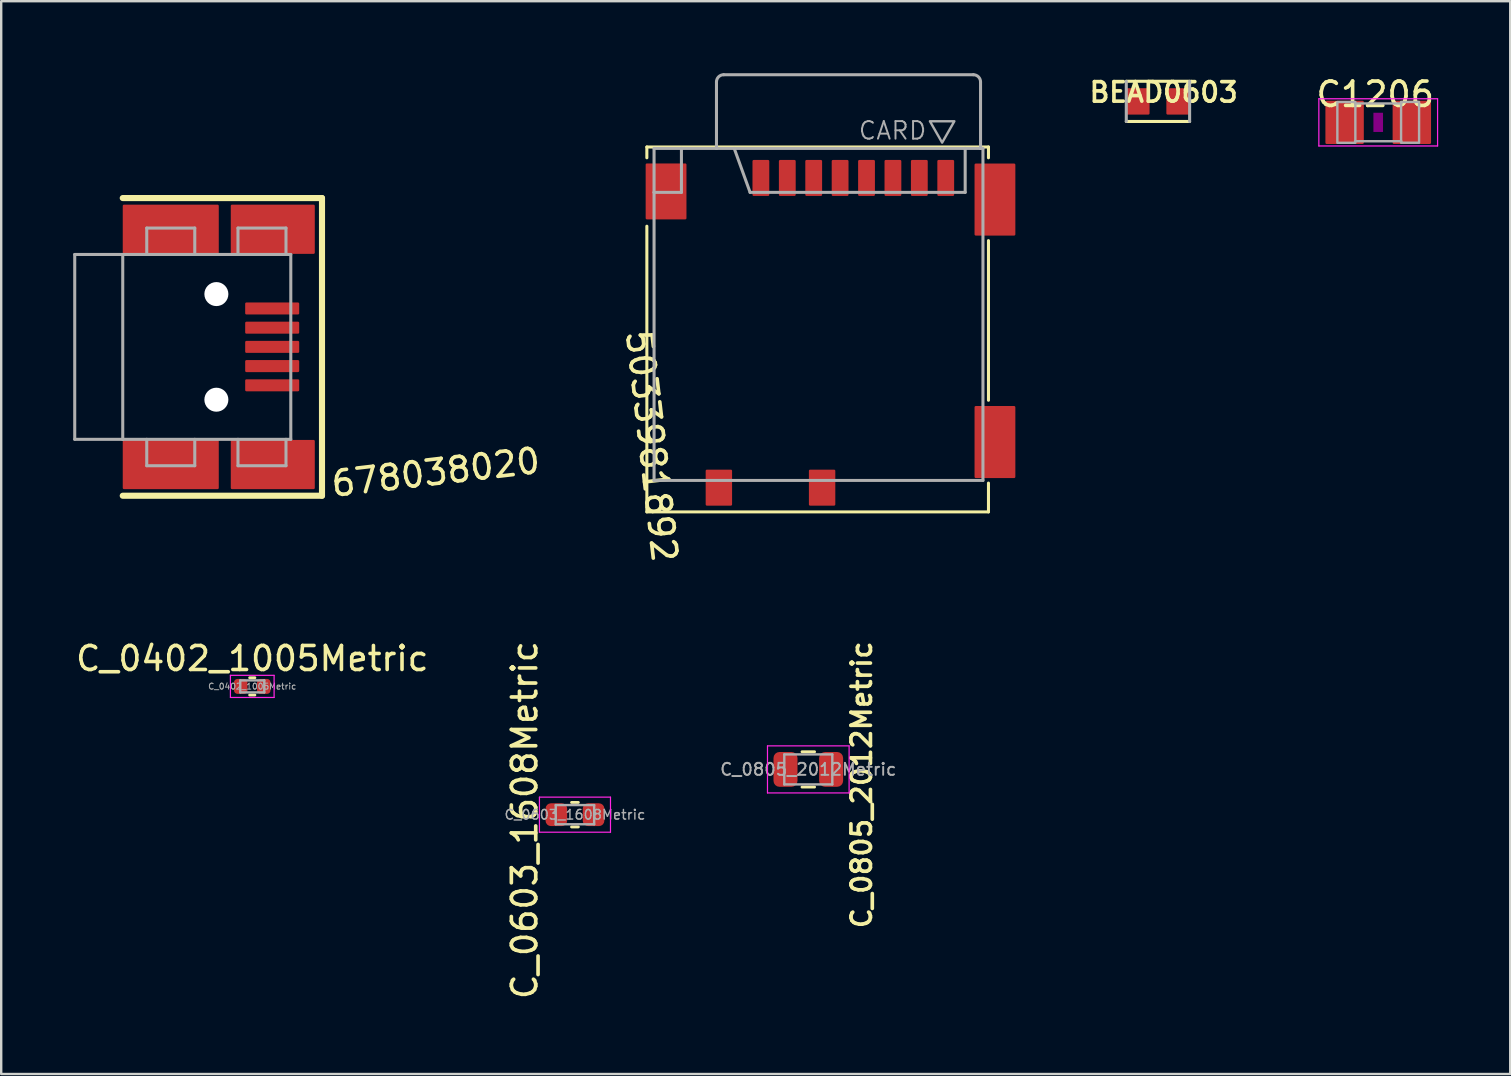
<source format=kicad_pcb>
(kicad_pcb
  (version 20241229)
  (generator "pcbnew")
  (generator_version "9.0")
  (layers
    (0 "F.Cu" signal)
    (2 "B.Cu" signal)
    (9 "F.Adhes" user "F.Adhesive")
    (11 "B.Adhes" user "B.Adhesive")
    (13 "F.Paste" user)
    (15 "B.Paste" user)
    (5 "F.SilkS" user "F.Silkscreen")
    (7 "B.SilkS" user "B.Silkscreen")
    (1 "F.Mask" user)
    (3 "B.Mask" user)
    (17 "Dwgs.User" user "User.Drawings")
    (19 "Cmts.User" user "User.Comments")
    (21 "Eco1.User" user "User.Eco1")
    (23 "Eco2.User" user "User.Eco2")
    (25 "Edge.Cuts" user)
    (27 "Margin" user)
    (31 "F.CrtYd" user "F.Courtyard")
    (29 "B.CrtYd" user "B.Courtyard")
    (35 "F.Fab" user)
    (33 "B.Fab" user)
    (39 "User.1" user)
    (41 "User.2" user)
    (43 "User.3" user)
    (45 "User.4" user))
  (footprint "C_0402_1005Metric"
    (layer "F.Cu")
    (at 7.458 25.542)
    (property "Reference" "C_0402_1005Metric" (at 0 -1.16 0) (layer "F.SilkS") (effects (font (size 1 1) (thickness 0.15))))
    (attr smd)
    (fp_line (start -0.108 -0.36) (end 0.108 -0.36) (stroke (width 0.12) (type solid)) (layer "F.SilkS"))
    (fp_line (start -0.108 0.36) (end 0.108 0.36) (stroke (width 0.12) (type solid)) (layer "F.SilkS"))
    (fp_line (start -0.91 -0.46) (end 0.91 -0.46) (stroke (width 0.05) (type solid)) (layer "F.CrtYd"))
    (fp_line (start -0.91 0.46) (end -0.91 -0.46) (stroke (width 0.05) (type solid)) (layer "F.CrtYd"))
    (fp_line (start 0.91 -0.46) (end 0.91 0.46) (stroke (width 0.05) (type solid)) (layer "F.CrtYd"))
    (fp_line (start 0.91 0.46) (end -0.91 0.46) (stroke (width 0.05) (type solid)) (layer "F.CrtYd"))
    (fp_line (start -0.5 -0.25) (end 0.5 -0.25) (stroke (width 0.1) (type solid)) (layer "F.Fab"))
    (fp_line (start -0.5 0.25) (end -0.5 -0.25) (stroke (width 0.1) (type solid)) (layer "F.Fab"))
    (fp_line (start 0.5 -0.25) (end 0.5 0.25) (stroke (width 0.1) (type solid)) (layer "F.Fab"))
    (fp_line (start 0.5 0.25) (end -0.5 0.25) (stroke (width 0.1) (type solid)) (layer "F.Fab"))
    (fp_text user "${REFERENCE}" (at 0 0 0) (layer "F.Fab") (effects (font (size 0.25 0.25) (thickness 0.04))))
    (pad "1" smd roundrect (at -0.48 0) (size 0.56 0.62) (layers "F.Cu" "F.Mask" "F.Paste") (roundrect_rratio 0.25))
    (pad "2" smd roundrect (at 0.48 0) (size 0.56 0.62) (layers "F.Cu" "F.Mask" "F.Paste") (roundrect_rratio 0.25)))
  (footprint "C_0603_1608Metric"
    (layer "F.Cu")
    (at 20.9 30.886)
    (property "Reference" "C_0603_1608Metric" (at -2.096 0.225 90) (layer "F.SilkS") (effects (font (size 1.016 1.016) (thickness 0.152))))
    (attr smd)
    (fp_line (start -0.141 -0.51) (end 0.141 -0.51) (stroke (width 0.12) (type solid)) (layer "F.SilkS"))
    (fp_line (start -0.141 0.51) (end 0.141 0.51) (stroke (width 0.12) (type solid)) (layer "F.SilkS"))
    (fp_line (start -1.48 -0.73) (end 1.48 -0.73) (stroke (width 0.05) (type solid)) (layer "F.CrtYd"))
    (fp_line (start -1.48 0.73) (end -1.48 -0.73) (stroke (width 0.05) (type solid)) (layer "F.CrtYd"))
    (fp_line (start 1.48 -0.73) (end 1.48 0.73) (stroke (width 0.05) (type solid)) (layer "F.CrtYd"))
    (fp_line (start 1.48 0.73) (end -1.48 0.73) (stroke (width 0.05) (type solid)) (layer "F.CrtYd"))
    (fp_line (start -0.8 -0.4) (end 0.8 -0.4) (stroke (width 0.1) (type solid)) (layer "F.Fab"))
    (fp_line (start -0.8 0.4) (end -0.8 -0.4) (stroke (width 0.1) (type solid)) (layer "F.Fab"))
    (fp_line (start 0.8 -0.4) (end 0.8 0.4) (stroke (width 0.1) (type solid)) (layer "F.Fab"))
    (fp_line (start 0.8 0.4) (end -0.8 0.4) (stroke (width 0.1) (type solid)) (layer "F.Fab"))
    (fp_text user "${REFERENCE}" (at 0 0 0) (layer "F.Fab") (effects (font (size 0.4 0.4) (thickness 0.06))))
    (pad "1" smd roundrect (at -0.775 0) (size 0.9 0.95) (layers "F.Cu" "F.Mask" "F.Paste") (roundrect_rratio 0.25))
    (pad "2" smd roundrect (at 0.775 0) (size 0.9 0.95) (layers "F.Cu" "F.Mask" "F.Paste") (roundrect_rratio 0.25)))
  (footprint "C_0805_2012Metric"
    (layer "F.Cu")
    (at 30.62 29)
    (property "Reference" "C_0805_2012Metric" (at 2.22 0.641 270) (layer "F.SilkS") (effects (font (size 0.813 0.813) (thickness 0.152) (bold yes))))
    (attr smd)
    (fp_line (start -0.261 -0.735) (end 0.261 -0.735) (stroke (width 0.12) (type solid)) (layer "F.SilkS"))
    (fp_line (start -0.261 0.735) (end 0.261 0.735) (stroke (width 0.12) (type solid)) (layer "F.SilkS"))
    (fp_line (start -1.7 -0.98) (end 1.7 -0.98) (stroke (width 0.05) (type solid)) (layer "F.CrtYd"))
    (fp_line (start -1.7 0.98) (end -1.7 -0.98) (stroke (width 0.05) (type solid)) (layer "F.CrtYd"))
    (fp_line (start 1.7 -0.98) (end 1.7 0.98) (stroke (width 0.05) (type solid)) (layer "F.CrtYd"))
    (fp_line (start 1.7 0.98) (end -1.7 0.98) (stroke (width 0.05) (type solid)) (layer "F.CrtYd"))
    (fp_line (start -1 -0.625) (end 1 -0.625) (stroke (width 0.1) (type solid)) (layer "F.Fab"))
    (fp_line (start -1 0.625) (end -1 -0.625) (stroke (width 0.1) (type solid)) (layer "F.Fab"))
    (fp_line (start 1 -0.625) (end 1 0.625) (stroke (width 0.1) (type solid)) (layer "F.Fab"))
    (fp_line (start 1 0.625) (end -1 0.625) (stroke (width 0.1) (type solid)) (layer "F.Fab"))
    (fp_text user "${REFERENCE}" (at 0 0 180) (layer "F.Fab") (effects (font (size 0.5 0.5) (thickness 0.08))))
    (pad "1" smd roundrect (at -0.95 0) (size 1 1.45) (layers "F.Cu" "F.Mask" "F.Paste") (roundrect_rratio 0.25))
    (pad "2" smd roundrect (at 0.95 0) (size 1 1.45) (layers "F.Cu" "F.Mask" "F.Paste") (roundrect_rratio 0.25)))
  (footprint "678038020"
    (layer "F.Cu")
    (at 2.063 11.4)
    (property "Reference" "678038020" (at 8.68 6.328 6.6) (layer "F.SilkS") (effects (font (size 1.016 1.016) (thickness 0.152)) (justify left bottom)))
    (attr smd)
    (fp_line (start 0 -6.2) (end 8.3 -6.2) (stroke (width 0.254) (type solid)) (layer "F.SilkS"))
    (fp_line (start 8.3 -6.2) (end 8.3 6.2) (stroke (width 0.254) (type solid)) (layer "F.SilkS"))
    (fp_line (start 8.3 6.2) (end 0 6.2) (stroke (width 0.254) (type solid)) (layer "F.SilkS"))
    (fp_line (start -2 -3.85) (end 0 -3.85) (stroke (width 0.127) (type solid)) (layer "F.Fab"))
    (fp_line (start -2 3.85) (end -2 -3.85) (stroke (width 0.127) (type solid)) (layer "F.Fab"))
    (fp_line (start -2 3.85) (end 0 3.85) (stroke (width 0.127) (type solid)) (layer "F.Fab"))
    (fp_line (start 0 -3.85) (end 1 -3.85) (stroke (width 0.127) (type solid)) (layer "F.Fab"))
    (fp_line (start 0 3.85) (end 0 -3.85) (stroke (width 0.127) (type solid)) (layer "F.Fab"))
    (fp_line (start 0 3.85) (end 7 3.85) (stroke (width 0.127) (type solid)) (layer "F.Fab"))
    (fp_line (start 1 -4.95) (end 3 -4.95) (stroke (width 0.127) (type solid)) (layer "F.Fab"))
    (fp_line (start 1 -3.85) (end 1 -4.95) (stroke (width 0.127) (type solid)) (layer "F.Fab"))
    (fp_line (start 1 -3.85) (end 3 -3.85) (stroke (width 0.127) (type solid)) (layer "F.Fab"))
    (fp_line (start 1 3.85) (end 1 4.95) (stroke (width 0.127) (type solid)) (layer "F.Fab"))
    (fp_line (start 3 -3.85) (end 3 -4.95) (stroke (width 0.127) (type solid)) (layer "F.Fab"))
    (fp_line (start 3 -3.85) (end 7 -3.85) (stroke (width 0.127) (type solid)) (layer "F.Fab"))
    (fp_line (start 3 3.85) (end 3 4.95) (stroke (width 0.127) (type solid)) (layer "F.Fab"))
    (fp_line (start 3 4.95) (end 1 4.95) (stroke (width 0.127) (type solid)) (layer "F.Fab"))
    (fp_line (start 4.8 -4.95) (end 6.8 -4.95) (stroke (width 0.127) (type solid)) (layer "F.Fab"))
    (fp_line (start 4.8 -3.85) (end 4.8 -4.95) (stroke (width 0.127) (type solid)) (layer "F.Fab"))
    (fp_line (start 4.8 3.85) (end 4.8 4.95) (stroke (width 0.127) (type solid)) (layer "F.Fab"))
    (fp_line (start 6.8 -3.85) (end 6.8 -4.95) (stroke (width 0.127) (type solid)) (layer "F.Fab"))
    (fp_line (start 6.8 3.85) (end 6.8 4.95) (stroke (width 0.127) (type solid)) (layer "F.Fab"))
    (fp_line (start 6.8 4.95) (end 4.8 4.95) (stroke (width 0.127) (type solid)) (layer "F.Fab"))
    (fp_line (start 7 3.85) (end 7 -3.85) (stroke (width 0.127) (type solid)) (layer "F.Fab"))
    (pad "" np_thru_hole circle (at 3.9 -2.2) (size 1 1) (drill 1) (layers "*.Cu" "*.Mask"))
    (pad "" np_thru_hole circle (at 3.9 2.2) (size 1 1) (drill 1) (layers "*.Cu" "*.Mask"))
    (pad "1" smd roundrect (at 6.225 -1.6) (size 2.25 0.5) (layers "F.Cu" "F.Mask" "F.Paste") (roundrect_rratio 0.102))
    (pad "2" smd roundrect (at 6.225 -0.8) (size 2.25 0.5) (layers "F.Cu" "F.Mask" "F.Paste") (roundrect_rratio 0.102))
    (pad "3" smd roundrect (at 6.225 0) (size 2.25 0.5) (layers "F.Cu" "F.Mask" "F.Paste") (roundrect_rratio 0.102))
    (pad "4" smd roundrect (at 6.225 0.8) (size 2.25 0.5) (layers "F.Cu" "F.Mask" "F.Paste") (roundrect_rratio 0.102))
    (pad "5" smd roundrect (at 6.225 1.6) (size 2.25 0.5) (layers "F.Cu" "F.Mask" "F.Paste") (roundrect_rratio 0.102))
    (pad "SH1" smd roundrect (at 2 4.9) (size 4 2.05) (layers "F.Cu" "F.Mask" "F.Paste") (roundrect_rratio 0.025))
    (pad "SH1" smd roundrect (at 6.25 4.9) (size 3.5 2.05) (layers "F.Cu" "F.Mask" "F.Paste") (roundrect_rratio 0.025))
    (pad "SH2" smd roundrect (at 2 -4.9) (size 4 2.05) (layers "F.Cu" "F.Mask" "F.Paste") (roundrect_rratio 0.025))
    (pad "SH2" smd roundrect (at 6.25 -4.9) (size 3.5 2.05) (layers "F.Cu" "F.Mask" "F.Paste") (roundrect_rratio 0.025))
    (zone (net_name "") (layer "F.Cu") (hatch edge 0.5) (connect_pads) (min_thickness 0.25) (filled_areas_thickness no) (keepout (tracks not_allowed) (vias not_allowed) (pads not_allowed) (copperpour not_allowed) (footprints allowed)) (placement (enabled no)) (fill) (polygon (pts (xy 3.122 6.2) (xy 4.322 6.2) (xy 4.322 0) (xy 3.122 0)))))
  (footprint "BEAD0603"
    (layer "F.Cu")
    (at 45.185 1.173)
    (property "Reference" "BEAD0603" (at -2.94 0.097 0) (layer "F.SilkS") (effects (font (size 0.813 0.813) (thickness 0.152)) (justify left bottom)))
    (attr smd)
    (fp_line (start -1.319 0.837) (end 1.319 0.837) (stroke (width 0.127) (type solid)) (layer "F.SilkS"))
    (fp_line (start 1.319 -0.837) (end -1.319 -0.837) (stroke (width 0.127) (type solid)) (layer "F.SilkS"))
    (fp_line (start -1.319 -0.837) (end -1.319 0.837) (stroke (width 0.127) (type solid)) (layer "F.Fab"))
    (fp_line (start 1.319 0.837) (end 1.319 -0.837) (stroke (width 0.127) (type solid)) (layer "F.Fab"))
    (pad "P$1" smd roundrect (at -0.85 0) (size 1 1.1) (layers "F.Cu" "F.Mask" "F.Paste") (roundrect_rratio 0.051))
    (pad "P$2" smd roundrect (at 0.85 0) (size 1 1.1) (layers "F.Cu" "F.Mask" "F.Paste") (roundrect_rratio 0.051)))
  (footprint "5033981892"
    (layer "F.Cu")
    (at 24.195 16.963)
    (property "Reference" "5033981892" (at -0.129 3.541 96.6) (layer "F.SilkS") (effects (font (size 1.016 1.016) (thickness 0.152)) (justify right bottom)))
    (attr smd)
    (fp_line (start -0.3 -13.89) (end -0.3 -13.44) (stroke (width 0.127) (type solid)) (layer "F.SilkS"))
    (fp_line (start -0.3 -10.59) (end -0.3 1.31) (stroke (width 0.127) (type solid)) (layer "F.SilkS"))
    (fp_line (start 13.93 -13.89) (end -0.3 -13.89) (stroke (width 0.127) (type solid)) (layer "F.SilkS"))
    (fp_line (start 13.93 -13.89) (end 13.93 -13.44) (stroke (width 0.127) (type solid)) (layer "F.SilkS"))
    (fp_line (start 13.93 -9.99) (end 13.93 -3.34) (stroke (width 0.127) (type solid)) (layer "F.SilkS"))
    (fp_line (start 13.93 0.11) (end 13.93 1.31) (stroke (width 0.127) (type solid)) (layer "F.SilkS"))
    (fp_line (start 13.93 1.31) (end -0.3 1.31) (stroke (width 0.127) (type solid)) (layer "F.SilkS"))
    (fp_line (start 0 -12) (end 0 -13.83) (stroke (width 0.127) (type solid)) (layer "F.Fab"))
    (fp_line (start 0 0) (end 0 -12) (stroke (width 0.127) (type solid)) (layer "F.Fab"))
    (fp_line (start 1.14 -13.83) (end 0 -13.83) (stroke (width 0.127) (type solid)) (layer "F.Fab"))
    (fp_line (start 1.14 -13.83) (end 1.14 -12) (stroke (width 0.127) (type solid)) (layer "F.Fab"))
    (fp_line (start 1.14 -12) (end 0 -12) (stroke (width 0.127) (type solid)) (layer "F.Fab"))
    (fp_line (start 2.6 -16.6) (end 2.6 -13.83) (stroke (width 0.127) (type solid)) (layer "F.Fab"))
    (fp_line (start 2.6 -13.83) (end 1.14 -13.83) (stroke (width 0.127) (type solid)) (layer "F.Fab"))
    (fp_line (start 3.34 -13.83) (end 2.6 -13.83) (stroke (width 0.127) (type solid)) (layer "F.Fab"))
    (fp_line (start 3.34 -13.83) (end 4 -12) (stroke (width 0.127) (type solid)) (layer "F.Fab"))
    (fp_line (start 12.96 -13.83) (end 3.34 -13.83) (stroke (width 0.127) (type solid)) (layer "F.Fab"))
    (fp_line (start 12.96 -13.83) (end 12.96 -12) (stroke (width 0.127) (type solid)) (layer "F.Fab"))
    (fp_line (start 12.96 -12) (end 4 -12) (stroke (width 0.127) (type solid)) (layer "F.Fab"))
    (fp_line (start 13.3 -16.9) (end 2.9 -16.9) (stroke (width 0.127) (type solid)) (layer "F.Fab"))
    (fp_line (start 13.6 -16.6) (end 13.6 -13.83) (stroke (width 0.127) (type solid)) (layer "F.Fab"))
    (fp_line (start 13.6 -13.83) (end 12.96 -13.83) (stroke (width 0.127) (type solid)) (layer "F.Fab"))
    (fp_line (start 13.6 -13.83) (end 13.7 -13.83) (stroke (width 0.127) (type solid)) (layer "F.Fab"))
    (fp_line (start 13.7 -13.83) (end 13.7 0) (stroke (width 0.127) (type solid)) (layer "F.Fab"))
    (fp_line (start 13.7 0) (end 0 0) (stroke (width 0.127) (type solid)) (layer "F.Fab"))
    (fp_arc (start 2.6 -16.6) (mid 2.687868 -16.812132) (end 2.9 -16.9) (stroke (width 0.127) (type solid)) (layer "F.Fab"))
    (fp_arc (start 13.3 -16.9) (mid 13.512132 -16.812132) (end 13.6 -16.6) (stroke (width 0.127) (type solid)) (layer "F.Fab"))
    (fp_poly (pts (xy 12 -14.072) (xy 11.491 -14.963) (xy 12.509 -14.963)) (stroke (width 0.1) (type default)) (fill no) (layer "F.Fab"))
    (fp_text user "CARD" (at 11.4 -15 0) (layer "F.Fab") (effects (font (size 0.732 0.732) (thickness 0.081)) (justify right top)))
    (pad "1" smd roundrect (at 4.45 -12.6 180) (size 0.7 1.5) (layers "F.Cu" "F.Mask" "F.Paste") (roundrect_rratio 0.073))
    (pad "2" smd roundrect (at 5.55 -12.6 180) (size 0.7 1.5) (layers "F.Cu" "F.Mask" "F.Paste") (roundrect_rratio 0.073))
    (pad "3" smd roundrect (at 6.65 -12.6 180) (size 0.7 1.5) (layers "F.Cu" "F.Mask" "F.Paste") (roundrect_rratio 0.073))
    (pad "4" smd roundrect (at 7.75 -12.6 180) (size 0.7 1.5) (layers "F.Cu" "F.Mask" "F.Paste") (roundrect_rratio 0.073))
    (pad "5" smd roundrect (at 8.85 -12.6 180) (size 0.7 1.5) (layers "F.Cu" "F.Mask" "F.Paste") (roundrect_rratio 0.073))
    (pad "6" smd roundrect (at 9.95 -12.6 180) (size 0.7 1.5) (layers "F.Cu" "F.Mask" "F.Paste") (roundrect_rratio 0.073))
    (pad "7" smd roundrect (at 11.05 -12.6 180) (size 0.7 1.5) (layers "F.Cu" "F.Mask" "F.Paste") (roundrect_rratio 0.073))
    (pad "8" smd roundrect (at 12.15 -12.6 180) (size 0.7 1.5) (layers "F.Cu" "F.Mask" "F.Paste") (roundrect_rratio 0.073))
    (pad "S" smd roundrect (at 0.5 -12.04 180) (size 1.7 2.33) (layers "F.Cu" "F.Mask" "F.Paste") (roundrect_rratio 0.03))
    (pad "S1" smd roundrect (at 14.2 -11.7 180) (size 1.7 3) (layers "F.Cu" "F.Mask" "F.Paste") (roundrect_rratio 0.03))
    (pad "S2" smd roundrect (at 14.2 -1.6 180) (size 1.7 3) (layers "F.Cu" "F.Mask" "F.Paste") (roundrect_rratio 0.03))
    (pad "SW1" smd roundrect (at 2.7 0.3 180) (size 1.1 1.5) (layers "F.Cu" "F.Mask" "F.Paste") (roundrect_rratio 0.046))
    (pad "SW2" smd roundrect (at 7 0.3 180) (size 1.1 1.5) (layers "F.Cu" "F.Mask" "F.Paste") (roundrect_rratio 0.046)))
  (footprint "C1206"
    (layer "F.Cu")
    (at 54.36 2.047)
    (property "Reference" "C1206" (at -2.667 -0.574 0) (layer "F.SilkS") (effects (font (size 1.016 1.016) (thickness 0.152) (bold yes)) (justify left bottom)))
    (attr smd)
    (fp_poly (pts (xy -0.2 0.4) (xy 0.2 0.4) (xy 0.2 -0.4) (xy -0.2 -0.4)) (stroke (width 0) (type default)) (fill yes) (layer "F.Adhes"))
    (fp_line (start -2.473 -0.983) (end 2.473 -0.983) (stroke (width 0.051) (type solid)) (layer "F.CrtYd"))
    (fp_line (start -2.473 0.983) (end -2.473 -0.983) (stroke (width 0.051) (type solid)) (layer "F.CrtYd"))
    (fp_line (start 2.473 -0.983) (end 2.473 0.983) (stroke (width 0.051) (type solid)) (layer "F.CrtYd"))
    (fp_line (start 2.473 0.983) (end -2.473 0.983) (stroke (width 0.051) (type solid)) (layer "F.CrtYd"))
    (fp_line (start -0.965 -0.787) (end 0.965 -0.787) (stroke (width 0.102) (type solid)) (layer "F.Fab"))
    (fp_line (start -0.965 0.787) (end 0.965 0.787) (stroke (width 0.102) (type solid)) (layer "F.Fab"))
    (fp_poly (pts (xy -1.702 0.851) (xy -0.952 0.851) (xy -0.952 -0.849) (xy -1.702 -0.849)) (stroke (width 0.1) (type default)) (fill no) (layer "F.Fab"))
    (fp_poly (pts (xy 0.952 0.849) (xy 1.702 0.849) (xy 1.702 -0.851) (xy 0.952 -0.851)) (stroke (width 0.1) (type default)) (fill no) (layer "F.Fab"))
    (pad "1" smd roundrect (at -1.4 0) (size 1.6 1.8) (layers "F.Cu" "F.Mask" "F.Paste") (roundrect_rratio 0.032))
    (pad "2" smd roundrect (at 1.4 0) (size 1.6 1.8) (layers "F.Cu" "F.Mask" "F.Paste") (roundrect_rratio 0.032)))
  (gr_rect
    (start -3 -3)
    (end 59.859 41.689)
    (stroke (width 0.1) (type default))
    (fill no)
    (layer "Edge.Cuts")))
</source>
